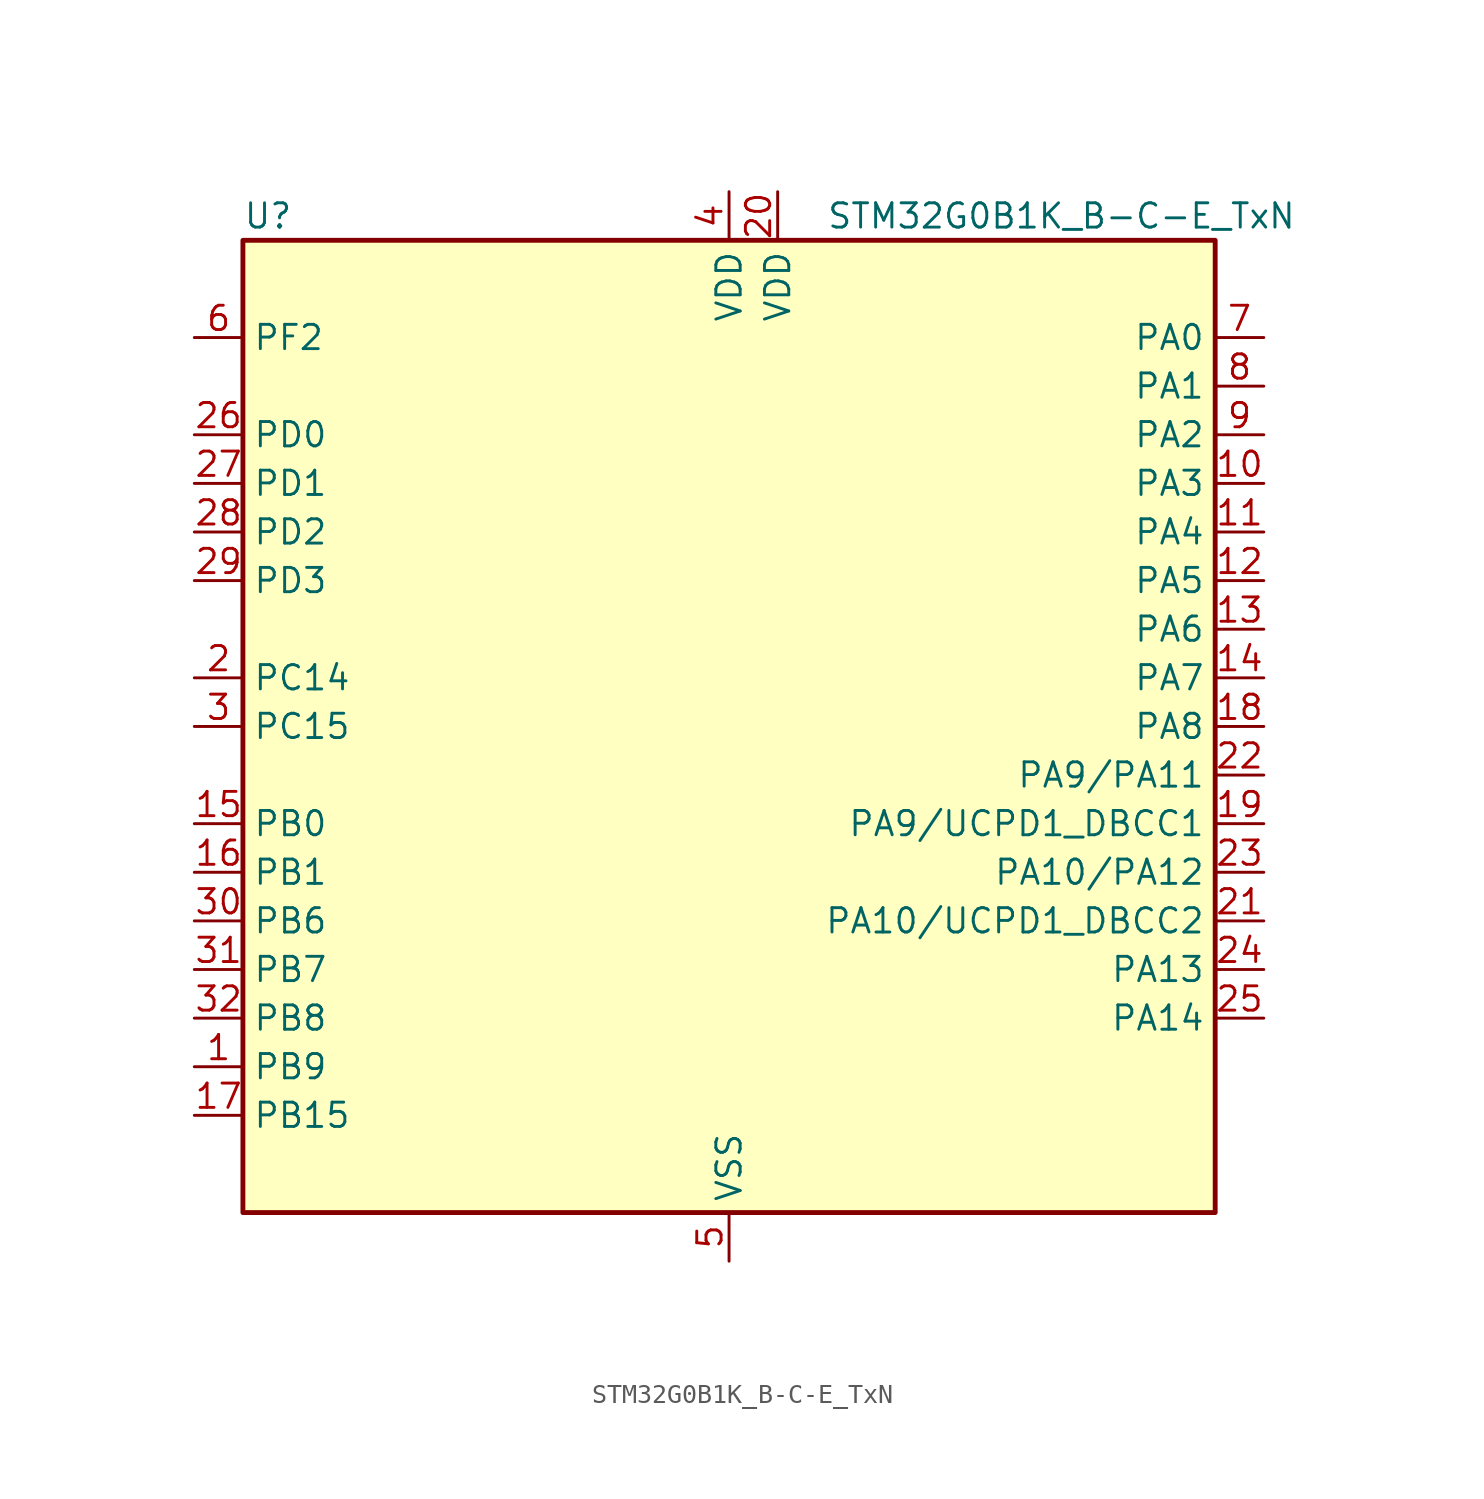
<source format=kicad_sym>
(kicad_symbol_lib
  (version 20241209)
  (generator "kicad_symbol_editor")
  (generator_version "9.0")
  (symbol "STM32G0B1K_B-C-E_TxN"
    (property "Reference" "U"
      (at -25.4 26.67 0)
      (effects (font (size 1.27 1.27)) (justify left)))
    (property "Value" "STM32G0B1K_B-C-E_TxN"
      (at 5.08 26.67 0)
      (effects (font (size 1.27 1.27)) (justify left)))
    (symbol "STM32G0B1K_B-C-E_TxN_0_1"
      (rectangle (start -25.4 -25.4) (end 25.4 25.4) (stroke (width 0.254) (type default)) (fill (type background))))
    (symbol "STM32G0B1K_B-C-E_TxN_1_1"
      (pin bidirectional line (at -27.94 20.32 0) (length 2.54) (name "PF2" (effects (font (size 1.27 1.27)))) (number "6" (effects (font (size 1.27 1.27)))) (alternate "LPUART2_DE" bidirectional line) (alternate "LPUART2_RTS" bidirectional line) (alternate "LPUART2_TX" bidirectional line) (alternate "RCC_MCO" bidirectional line))
      (pin bidirectional line (at -27.94 15.24 0) (length 2.54) (name "PD0" (effects (font (size 1.27 1.27)))) (number "26" (effects (font (size 1.27 1.27)))) (alternate "FDCAN1_RX" bidirectional line) (alternate "I2S2_WS" bidirectional line) (alternate "SPI2_NSS" bidirectional line) (alternate "TIM16_CH1" bidirectional line) (alternate "UCPD2_CC1" bidirectional line))
      (pin bidirectional line (at -27.94 12.7 0) (length 2.54) (name "PD1" (effects (font (size 1.27 1.27)))) (number "27" (effects (font (size 1.27 1.27)))) (alternate "FDCAN1_TX" bidirectional line) (alternate "I2S2_CK" bidirectional line) (alternate "SPI2_SCK" bidirectional line) (alternate "TIM17_CH1" bidirectional line) (alternate "UCPD2_DBCC1" bidirectional line))
      (pin bidirectional line (at -27.94 10.16 0) (length 2.54) (name "PD2" (effects (font (size 1.27 1.27)))) (number "28" (effects (font (size 1.27 1.27)))) (alternate "TIM1_CH1N" bidirectional line) (alternate "TIM3_ETR" bidirectional line) (alternate "UCPD2_CC2" bidirectional line) (alternate "USART3_CK" bidirectional line) (alternate "USART3_DE" bidirectional line) (alternate "USART3_RTS" bidirectional line) (alternate "USART5_RX" bidirectional line))
      (pin bidirectional line (at -27.94 7.62 0) (length 2.54) (name "PD3" (effects (font (size 1.27 1.27)))) (number "29" (effects (font (size 1.27 1.27)))) (alternate "I2S2_MCK" bidirectional line) (alternate "SPI2_MISO" bidirectional line) (alternate "TIM1_CH2N" bidirectional line) (alternate "UCPD2_DBCC2" bidirectional line) (alternate "USART2_CTS" bidirectional line) (alternate "USART2_NSS" bidirectional line) (alternate "USART5_TX" bidirectional line))
      (pin bidirectional line (at -27.94 2.54 0) (length 2.54) (name "PC14" (effects (font (size 1.27 1.27)))) (number "2" (effects (font (size 1.27 1.27)))) (alternate "RCC_OSC32_IN" bidirectional line) (alternate "RCC_OSC_IN" bidirectional line) (alternate "TIM1_BK2" bidirectional line))
      (pin bidirectional line (at -27.94 0 0) (length 2.54) (name "PC15" (effects (font (size 1.27 1.27)))) (number "3" (effects (font (size 1.27 1.27)))) (alternate "RCC_OSC32_EN" bidirectional line) (alternate "RCC_OSC32_OUT" bidirectional line) (alternate "RCC_OSC_EN" bidirectional line) (alternate "TIM15_BK" bidirectional line))
      (pin bidirectional line (at -27.94 -5.08 0) (length 2.54) (name "PB0" (effects (font (size 1.27 1.27)))) (number "15" (effects (font (size 1.27 1.27)))) (alternate "ADC1_IN8" bidirectional line) (alternate "COMP1_OUT" bidirectional line) (alternate "COMP3_INP" bidirectional line) (alternate "FDCAN2_RX" bidirectional line) (alternate "I2S1_WS" bidirectional line) (alternate "LPTIM1_OUT" bidirectional line) (alternate "LPUART2_CTS" bidirectional line) (alternate "SPI1_NSS" bidirectional line) (alternate "TIM1_CH2N" bidirectional line) (alternate "TIM3_CH3" bidirectional line) (alternate "UCPD1_FRSTX1" bidirectional line) (alternate "UCPD1_FRSTX2" bidirectional line) (alternate "USART3_RX" bidirectional line) (alternate "USART5_TX" bidirectional line))
      (pin bidirectional line (at -27.94 -7.62 0) (length 2.54) (name "PB1" (effects (font (size 1.27 1.27)))) (number "16" (effects (font (size 1.27 1.27)))) (alternate "ADC1_IN9" bidirectional line) (alternate "COMP1_INM" bidirectional line) (alternate "COMP3_OUT" bidirectional line) (alternate "FDCAN2_TX" bidirectional line) (alternate "LPTIM2_IN1" bidirectional line) (alternate "LPUART1_DE" bidirectional line) (alternate "LPUART1_RTS" bidirectional line) (alternate "LPUART2_DE" bidirectional line) (alternate "LPUART2_RTS" bidirectional line) (alternate "TIM14_CH1" bidirectional line) (alternate "TIM1_CH3N" bidirectional line) (alternate "TIM3_CH4" bidirectional line) (alternate "USART3_CK" bidirectional line) (alternate "USART3_DE" bidirectional line) (alternate "USART3_RTS" bidirectional line) (alternate "USART5_RX" bidirectional line))
      (pin bidirectional line (at -27.94 -10.16 0) (length 2.54) (name "PB6" (effects (font (size 1.27 1.27)))) (number "30" (effects (font (size 1.27 1.27)))) (alternate "COMP2_INP" bidirectional line) (alternate "FDCAN2_TX" bidirectional line) (alternate "I2C1_SCL" bidirectional line) (alternate "I2S2_MCK" bidirectional line) (alternate "LPTIM1_ETR" bidirectional line) (alternate "LPUART2_TX" bidirectional line) (alternate "SPI2_MISO" bidirectional line) (alternate "TIM16_CH1N" bidirectional line) (alternate "TIM1_CH3" bidirectional line) (alternate "TIM4_CH1" bidirectional line) (alternate "USART1_TX" bidirectional line) (alternate "USART5_CTS" bidirectional line) (alternate "USART5_NSS" bidirectional line))
      (pin bidirectional line (at -27.94 -12.7 0) (length 2.54) (name "PB7" (effects (font (size 1.27 1.27)))) (number "31" (effects (font (size 1.27 1.27)))) (alternate "COMP2_INM" bidirectional line) (alternate "I2C1_SDA" bidirectional line) (alternate "I2S2_SD" bidirectional line) (alternate "LPTIM1_IN2" bidirectional line) (alternate "LPUART2_RX" bidirectional line) (alternate "SPI2_MOSI" bidirectional line) (alternate "SYS_PVD_IN" bidirectional line) (alternate "TIM17_CH1N" bidirectional line) (alternate "TIM4_CH2" bidirectional line) (alternate "USART1_RX" bidirectional line) (alternate "USART4_CTS" bidirectional line) (alternate "USART4_NSS" bidirectional line))
      (pin bidirectional line (at -27.94 -15.24 0) (length 2.54) (name "PB8" (effects (font (size 1.27 1.27)))) (number "32" (effects (font (size 1.27 1.27)))) (alternate "CEC" bidirectional line) (alternate "FDCAN1_RX" bidirectional line) (alternate "I2C1_SCL" bidirectional line) (alternate "I2S2_CK" bidirectional line) (alternate "SPI2_SCK" bidirectional line) (alternate "TIM15_BK" bidirectional line) (alternate "TIM16_CH1" bidirectional line) (alternate "TIM4_CH3" bidirectional line) (alternate "USART3_TX" bidirectional line) (alternate "USART6_TX" bidirectional line))
      (pin bidirectional line (at -27.94 -17.78 0) (length 2.54) (name "PB9" (effects (font (size 1.27 1.27)))) (number "1" (effects (font (size 1.27 1.27)))) (alternate "DAC1_EXTI9" bidirectional line) (alternate "FDCAN1_TX" bidirectional line) (alternate "I2C1_SDA" bidirectional line) (alternate "I2S2_WS" bidirectional line) (alternate "IR_OUT" bidirectional line) (alternate "SPI2_NSS" bidirectional line) (alternate "TIM17_CH1" bidirectional line) (alternate "TIM4_CH4" bidirectional line) (alternate "UCPD2_FRSTX1" bidirectional line) (alternate "UCPD2_FRSTX2" bidirectional line) (alternate "USART3_RX" bidirectional line) (alternate "USART6_RX" bidirectional line))
      (pin bidirectional line (at -27.94 -20.32 0) (length 2.54) (name "PB15" (effects (font (size 1.27 1.27)))) (number "17" (effects (font (size 1.27 1.27)))) (alternate "I2S2_SD" bidirectional line) (alternate "RTC_REFIN" bidirectional line) (alternate "SPI2_MOSI" bidirectional line) (alternate "TIM15_CH1N" bidirectional line) (alternate "TIM15_CH2" bidirectional line) (alternate "TIM1_CH3N" bidirectional line) (alternate "UCPD1_CC2" bidirectional line) (alternate "USART6_CTS" bidirectional line) (alternate "USART6_NSS" bidirectional line))
      (pin power_in line (at 0 27.94 270) (length 2.54) (name "VDD" (effects (font (size 1.27 1.27)))) (number "4" (effects (font (size 1.27 1.27)))))
      (pin power_in line (at 0 -27.94 90) (length 2.54) (name "VSS" (effects (font (size 1.27 1.27)))) (number "5" (effects (font (size 1.27 1.27)))))
      (pin power_in line (at 2.54 27.94 270) (length 2.54) (name "VDD" (effects (font (size 1.27 1.27)))) (number "20" (effects (font (size 1.27 1.27)))))
      (pin bidirectional line (at 27.94 20.32 180) (length 2.54) (name "PA0" (effects (font (size 1.27 1.27)))) (number "7" (effects (font (size 1.27 1.27)))) (alternate "ADC1_IN0" bidirectional line) (alternate "COMP1_INM" bidirectional line) (alternate "COMP1_OUT" bidirectional line) (alternate "I2S2_CK" bidirectional line) (alternate "LPTIM1_OUT" bidirectional line) (alternate "RTC_TAMP_IN2" bidirectional line) (alternate "SPI2_SCK" bidirectional line) (alternate "SYS_WKUP1" bidirectional line) (alternate "TIM2_CH1" bidirectional line) (alternate "TIM2_ETR" bidirectional line) (alternate "UCPD2_FRSTX1" bidirectional line) (alternate "UCPD2_FRSTX2" bidirectional line) (alternate "USART2_CTS" bidirectional line) (alternate "USART2_NSS" bidirectional line) (alternate "USART4_TX" bidirectional line))
      (pin bidirectional line (at 27.94 17.78 180) (length 2.54) (name "PA1" (effects (font (size 1.27 1.27)))) (number "8" (effects (font (size 1.27 1.27)))) (alternate "ADC1_IN1" bidirectional line) (alternate "COMP1_INP" bidirectional line) (alternate "I2C1_SMBA" bidirectional line) (alternate "I2S1_CK" bidirectional line) (alternate "SPI1_SCK" bidirectional line) (alternate "TIM15_CH1N" bidirectional line) (alternate "TIM2_CH2" bidirectional line) (alternate "USART2_CK" bidirectional line) (alternate "USART2_DE" bidirectional line) (alternate "USART2_RTS" bidirectional line) (alternate "USART4_RX" bidirectional line))
      (pin bidirectional line (at 27.94 15.24 180) (length 2.54) (name "PA2" (effects (font (size 1.27 1.27)))) (number "9" (effects (font (size 1.27 1.27)))) (alternate "ADC1_IN2" bidirectional line) (alternate "COMP2_INM" bidirectional line) (alternate "COMP2_OUT" bidirectional line) (alternate "I2S1_SD" bidirectional line) (alternate "LPUART1_TX" bidirectional line) (alternate "RCC_LSCO" bidirectional line) (alternate "SPI1_MOSI" bidirectional line) (alternate "SYS_WKUP4" bidirectional line) (alternate "TIM15_CH1" bidirectional line) (alternate "TIM2_CH3" bidirectional line) (alternate "UCPD1_FRSTX1" bidirectional line) (alternate "UCPD1_FRSTX2" bidirectional line) (alternate "USART2_TX" bidirectional line))
      (pin bidirectional line (at 27.94 12.7 180) (length 2.54) (name "PA3" (effects (font (size 1.27 1.27)))) (number "10" (effects (font (size 1.27 1.27)))) (alternate "ADC1_IN3" bidirectional line) (alternate "COMP2_INP" bidirectional line) (alternate "I2S2_MCK" bidirectional line) (alternate "LPUART1_RX" bidirectional line) (alternate "SPI2_MISO" bidirectional line) (alternate "TIM15_CH2" bidirectional line) (alternate "TIM2_CH4" bidirectional line) (alternate "UCPD2_FRSTX1" bidirectional line) (alternate "UCPD2_FRSTX2" bidirectional line) (alternate "USART2_RX" bidirectional line))
      (pin bidirectional line (at 27.94 10.16 180) (length 2.54) (name "PA4" (effects (font (size 1.27 1.27)))) (number "11" (effects (font (size 1.27 1.27)))) (alternate "ADC1_IN4" bidirectional line) (alternate "DAC1_OUT1" bidirectional line) (alternate "I2S1_WS" bidirectional line) (alternate "I2S2_SD" bidirectional line) (alternate "LPTIM2_OUT" bidirectional line) (alternate "RTC_OUT1" bidirectional line) (alternate "RTC_TAMP_IN1" bidirectional line) (alternate "RTC_TS" bidirectional line) (alternate "SPI1_NSS" bidirectional line) (alternate "SPI2_MOSI" bidirectional line) (alternate "SYS_WKUP2" bidirectional line) (alternate "TIM14_CH1" bidirectional line) (alternate "UCPD2_FRSTX1" bidirectional line) (alternate "UCPD2_FRSTX2" bidirectional line) (alternate "USART6_TX" bidirectional line) (alternate "USB_NOE" bidirectional line))
      (pin bidirectional line (at 27.94 7.62 180) (length 2.54) (name "PA5" (effects (font (size 1.27 1.27)))) (number "12" (effects (font (size 1.27 1.27)))) (alternate "ADC1_IN5" bidirectional line) (alternate "CEC" bidirectional line) (alternate "DAC1_OUT2" bidirectional line) (alternate "I2S1_CK" bidirectional line) (alternate "LPTIM2_ETR" bidirectional line) (alternate "SPI1_SCK" bidirectional line) (alternate "TIM2_CH1" bidirectional line) (alternate "TIM2_ETR" bidirectional line) (alternate "UCPD1_FRSTX1" bidirectional line) (alternate "UCPD1_FRSTX2" bidirectional line) (alternate "USART3_TX" bidirectional line) (alternate "USART6_RX" bidirectional line))
      (pin bidirectional line (at 27.94 5.08 180) (length 2.54) (name "PA6" (effects (font (size 1.27 1.27)))) (number "13" (effects (font (size 1.27 1.27)))) (alternate "ADC1_IN6" bidirectional line) (alternate "COMP1_OUT" bidirectional line) (alternate "I2C2_SDA" bidirectional line) (alternate "I2C3_SDA" bidirectional line) (alternate "I2S1_MCK" bidirectional line) (alternate "LPUART1_CTS" bidirectional line) (alternate "SPI1_MISO" bidirectional line) (alternate "TIM16_CH1" bidirectional line) (alternate "TIM1_BK" bidirectional line) (alternate "TIM3_CH1" bidirectional line) (alternate "USART3_CTS" bidirectional line) (alternate "USART3_NSS" bidirectional line) (alternate "USART6_CTS" bidirectional line) (alternate "USART6_NSS" bidirectional line))
      (pin bidirectional line (at 27.94 2.54 180) (length 2.54) (name "PA7" (effects (font (size 1.27 1.27)))) (number "14" (effects (font (size 1.27 1.27)))) (alternate "ADC1_IN7" bidirectional line) (alternate "COMP2_OUT" bidirectional line) (alternate "I2C2_SCL" bidirectional line) (alternate "I2C3_SCL" bidirectional line) (alternate "I2S1_SD" bidirectional line) (alternate "SPI1_MOSI" bidirectional line) (alternate "TIM14_CH1" bidirectional line) (alternate "TIM17_CH1" bidirectional line) (alternate "TIM1_CH1N" bidirectional line) (alternate "TIM3_CH2" bidirectional line) (alternate "UCPD1_FRSTX1" bidirectional line) (alternate "UCPD1_FRSTX2" bidirectional line) (alternate "USART6_CK" bidirectional line) (alternate "USART6_DE" bidirectional line) (alternate "USART6_RTS" bidirectional line))
      (pin bidirectional line (at 27.94 0 180) (length 2.54) (name "PA8" (effects (font (size 1.27 1.27)))) (number "18" (effects (font (size 1.27 1.27)))) (alternate "CRS1_SYNC" bidirectional line) (alternate "I2C2_SMBA" bidirectional line) (alternate "I2S2_WS" bidirectional line) (alternate "LPTIM2_OUT" bidirectional line) (alternate "RCC_MCO" bidirectional line) (alternate "SPI2_NSS" bidirectional line) (alternate "TIM1_CH1" bidirectional line) (alternate "UCPD1_CC1" bidirectional line))
      (pin bidirectional line (at 27.94 -2.54 180) (length 2.54) (name "PA9/PA11" (effects (font (size 1.27 1.27)))) (number "22" (effects (font (size 1.27 1.27)))) (alternate "ADC1_EXTI11 (PA11)" bidirectional line) (alternate "COMP1_OUT (PA11)" bidirectional line) (alternate "DAC1_EXTI9 (PA9)" bidirectional line) (alternate "FDCAN1_RX (PA11)" bidirectional line) (alternate "I2C1_SCL (PA9)" bidirectional line) (alternate "I2C2_SCL (PA11)" bidirectional line) (alternate "I2C2_SCL (PA9)" bidirectional line) (alternate "I2S1_MCK (PA11)" bidirectional line) (alternate "I2S2_MCK (PA9)" bidirectional line) (alternate "PA11" bidirectional line) (alternate "PA9" bidirectional line) (alternate "RCC_MCO (PA9)" bidirectional line) (alternate "SPI1_MISO (PA11)" bidirectional line) (alternate "SPI2_MISO (PA9)" bidirectional line) (alternate "TIM15_BK (PA9)" bidirectional line) (alternate "TIM1_BK2 (PA11)" bidirectional line) (alternate "TIM1_CH2 (PA9)" bidirectional line) (alternate "TIM1_CH4 (PA11)" bidirectional line) (alternate "UCPD1_DBCC1 (PA9)" bidirectional line) (alternate "USART1_CTS (PA11)" bidirectional line) (alternate "USART1_NSS (PA11)" bidirectional line) (alternate "USART1_TX (PA9)" bidirectional line) (alternate "USB_DM (PA11)" bidirectional line))
      (pin bidirectional line (at 27.94 -5.08 180) (length 2.54) (name "PA9/UCPD1_DBCC1" (effects (font (size 1.27 1.27)))) (number "19" (effects (font (size 1.27 1.27)))) (alternate "DAC1_EXTI9 (PA9)" bidirectional line) (alternate "I2C1_SCL (PA9)" bidirectional line) (alternate "I2C2_SCL (PA9)" bidirectional line) (alternate "I2S2_MCK (PA9)" bidirectional line) (alternate "PA9" bidirectional line) (alternate "RCC_MCO (PA9)" bidirectional line) (alternate "SPI2_MISO (PA9)" bidirectional line) (alternate "TIM15_BK (PA9)" bidirectional line) (alternate "TIM1_CH2 (PA9)" bidirectional line) (alternate "UCPD1_DBCC1" bidirectional line) (alternate "UCPD1_DBCC1 (PA9)" bidirectional line) (alternate "UCPD1_DBCC1 (UCPD1_DBCC1)" bidirectional line) (alternate "USART1_TX (PA9)" bidirectional line))
      (pin bidirectional line (at 27.94 -7.62 180) (length 2.54) (name "PA10/PA12" (effects (font (size 1.27 1.27)))) (number "23" (effects (font (size 1.27 1.27)))) (alternate "COMP2_OUT (PA12)" bidirectional line) (alternate "FDCAN1_TX (PA12)" bidirectional line) (alternate "I2C1_SDA (PA10)" bidirectional line) (alternate "I2C2_SDA (PA10)" bidirectional line) (alternate "I2C2_SDA (PA12)" bidirectional line) (alternate "I2S1_SD (PA12)" bidirectional line) (alternate "I2S2_SD (PA10)" bidirectional line) (alternate "I2S_CKIN (PA12)" bidirectional line) (alternate "PA10" bidirectional line) (alternate "PA12" bidirectional line) (alternate "RCC_MCO_2 (PA10)" bidirectional line) (alternate "SPI1_MOSI (PA12)" bidirectional line) (alternate "SPI2_MOSI (PA10)" bidirectional line) (alternate "TIM17_BK (PA10)" bidirectional line) (alternate "TIM1_CH3 (PA10)" bidirectional line) (alternate "TIM1_ETR (PA12)" bidirectional line) (alternate "UCPD1_DBCC2 (PA10)" bidirectional line) (alternate "USART1_CK (PA12)" bidirectional line) (alternate "USART1_DE (PA12)" bidirectional line) (alternate "USART1_RTS (PA12)" bidirectional line) (alternate "USART1_RX (PA10)" bidirectional line) (alternate "USB_DP (PA12)" bidirectional line))
      (pin bidirectional line (at 27.94 -10.16 180) (length 2.54) (name "PA10/UCPD1_DBCC2" (effects (font (size 1.27 1.27)))) (number "21" (effects (font (size 1.27 1.27)))) (alternate "I2C1_SDA (PA10)" bidirectional line) (alternate "I2C2_SDA (PA10)" bidirectional line) (alternate "I2S2_SD (PA10)" bidirectional line) (alternate "PA10" bidirectional line) (alternate "RCC_MCO_2 (PA10)" bidirectional line) (alternate "SPI2_MOSI (PA10)" bidirectional line) (alternate "TIM17_BK (PA10)" bidirectional line) (alternate "TIM1_CH3 (PA10)" bidirectional line) (alternate "UCPD1_DBCC2" bidirectional line) (alternate "UCPD1_DBCC2 (PA10)" bidirectional line) (alternate "UCPD1_DBCC2 (UCPD1_DBCC2)" bidirectional line) (alternate "USART1_RX (PA10)" bidirectional line))
      (pin bidirectional line (at 27.94 -12.7 180) (length 2.54) (name "PA13" (effects (font (size 1.27 1.27)))) (number "24" (effects (font (size 1.27 1.27)))) (alternate "IR_OUT" bidirectional line) (alternate "LPUART2_RX" bidirectional line) (alternate "SYS_SWDIO" bidirectional line) (alternate "USB_NOE" bidirectional line))
      (pin bidirectional line (at 27.94 -15.24 180) (length 2.54) (name "PA14" (effects (font (size 1.27 1.27)))) (number "25" (effects (font (size 1.27 1.27)))) (alternate "LPUART2_TX" bidirectional line) (alternate "SYS_SWCLK" bidirectional line) (alternate "USART2_TX" bidirectional line)))))
</source>
